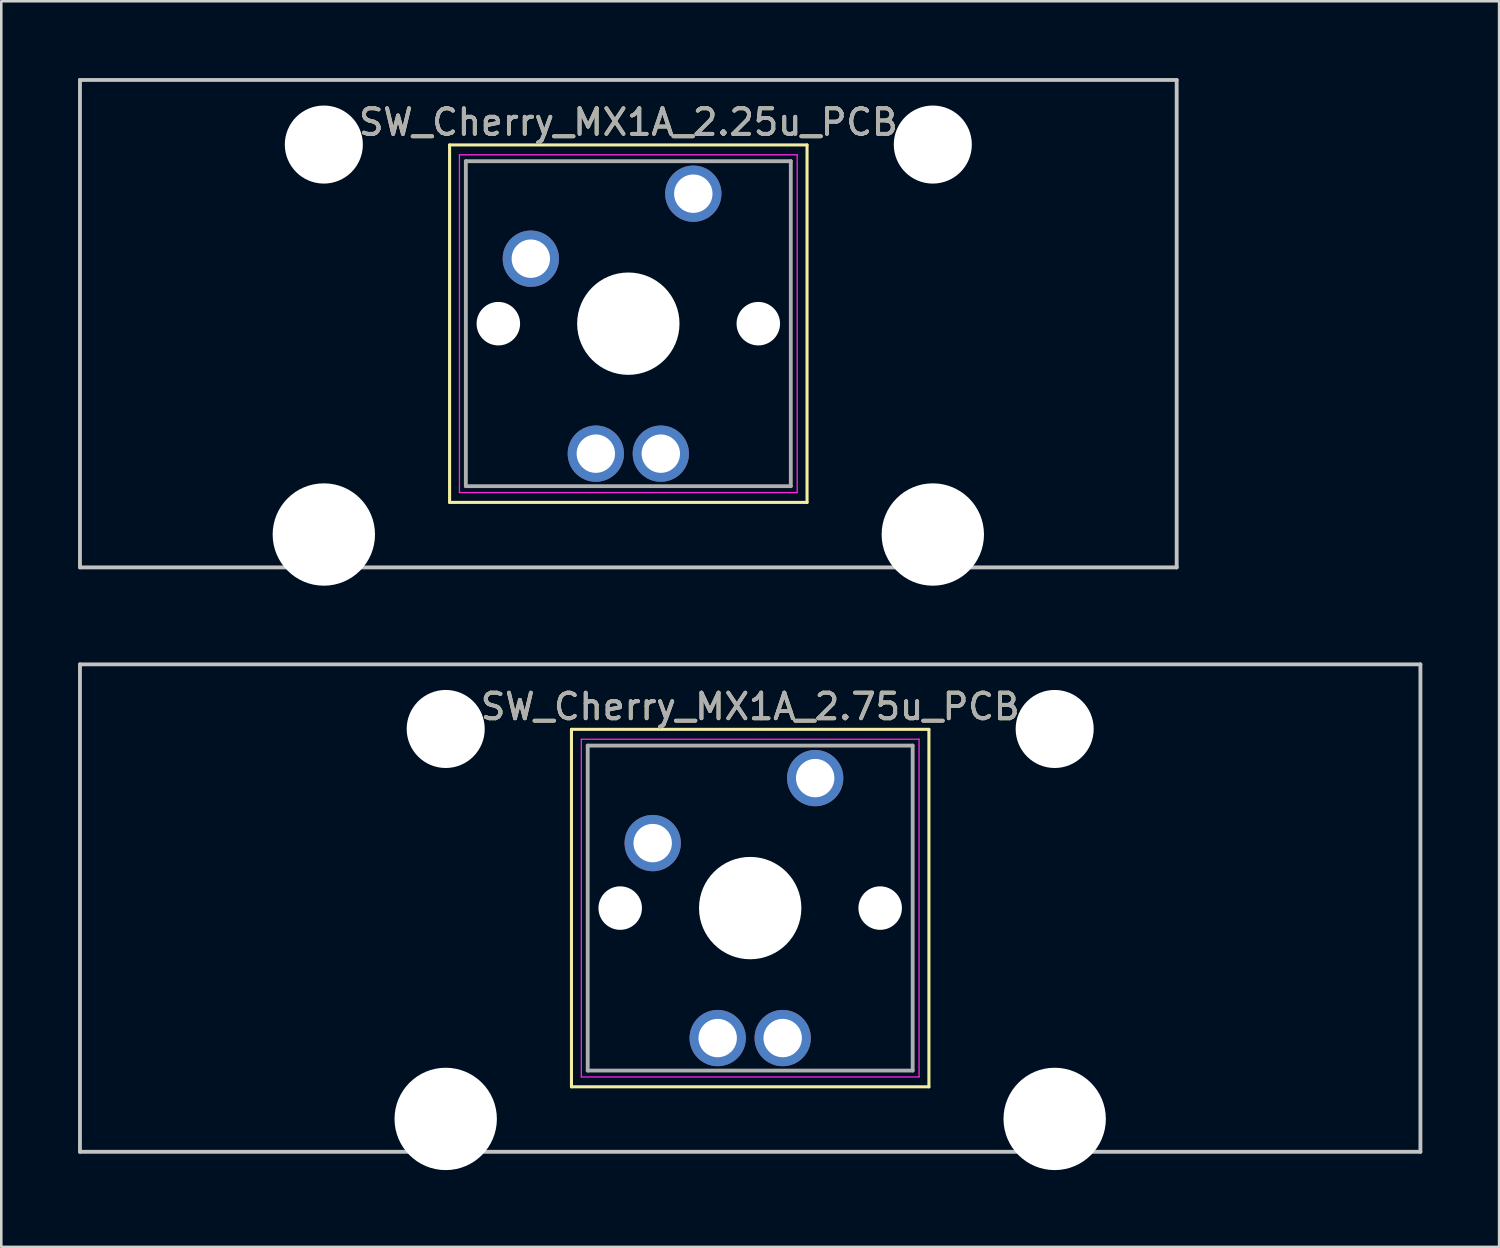
<source format=kicad_pcb>
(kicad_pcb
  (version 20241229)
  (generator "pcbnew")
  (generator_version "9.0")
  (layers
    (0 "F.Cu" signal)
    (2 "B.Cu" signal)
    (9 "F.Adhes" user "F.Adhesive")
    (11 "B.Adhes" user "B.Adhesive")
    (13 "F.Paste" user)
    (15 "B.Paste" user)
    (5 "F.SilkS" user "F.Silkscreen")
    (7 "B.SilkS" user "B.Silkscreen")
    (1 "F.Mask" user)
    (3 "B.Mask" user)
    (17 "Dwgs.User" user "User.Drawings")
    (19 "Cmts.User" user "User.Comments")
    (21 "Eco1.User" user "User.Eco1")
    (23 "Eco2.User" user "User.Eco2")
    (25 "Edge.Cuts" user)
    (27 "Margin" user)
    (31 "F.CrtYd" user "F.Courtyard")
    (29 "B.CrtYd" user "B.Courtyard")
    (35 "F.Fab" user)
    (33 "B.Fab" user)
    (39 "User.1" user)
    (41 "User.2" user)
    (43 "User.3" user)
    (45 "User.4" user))
  (footprint "SW_Cherry_MX1A_2.75u_PCB"
    (layer "F.Cu")
    (at 26.269 32.44)
    (property "Reference" "SW_Cherry_MX1A_2.75u_PCB" (at 0 -7.874 0) (layer "F.SilkS") (effects (font (size 1 1) (thickness 0.15))))
    (attr through_hole)
    (fp_line (start -6.985 -6.985) (end 6.985 -6.985) (stroke (width 0.12) (type solid)) (layer "F.SilkS"))
    (fp_line (start -6.985 6.985) (end -6.985 -6.985) (stroke (width 0.12) (type solid)) (layer "F.SilkS"))
    (fp_line (start 6.985 -6.985) (end 6.985 6.985) (stroke (width 0.12) (type solid)) (layer "F.SilkS"))
    (fp_line (start 6.985 6.985) (end -6.985 6.985) (stroke (width 0.12) (type solid)) (layer "F.SilkS"))
    (fp_line (start -26.194 -9.525) (end 26.194 -9.525) (stroke (width 0.15) (type solid)) (layer "Dwgs.User"))
    (fp_line (start -26.194 9.525) (end -26.194 -9.525) (stroke (width 0.15) (type solid)) (layer "Dwgs.User"))
    (fp_line (start 26.194 -9.525) (end 26.194 9.525) (stroke (width 0.15) (type solid)) (layer "Dwgs.User"))
    (fp_line (start 26.194 9.525) (end -26.194 9.525) (stroke (width 0.15) (type solid)) (layer "Dwgs.User"))
    (fp_line (start -6.6 -6.6) (end 6.6 -6.6) (stroke (width 0.05) (type solid)) (layer "F.CrtYd"))
    (fp_line (start -6.6 6.6) (end -6.6 -6.6) (stroke (width 0.05) (type solid)) (layer "F.CrtYd"))
    (fp_line (start 6.6 -6.6) (end 6.6 6.6) (stroke (width 0.05) (type solid)) (layer "F.CrtYd"))
    (fp_line (start 6.6 6.6) (end -6.6 6.6) (stroke (width 0.05) (type solid)) (layer "F.CrtYd"))
    (fp_line (start -6.35 -6.35) (end 6.35 -6.35) (stroke (width 0.15) (type solid)) (layer "F.Fab"))
    (fp_line (start -6.35 6.35) (end -6.35 -6.35) (stroke (width 0.15) (type solid)) (layer "F.Fab"))
    (fp_line (start 6.35 -6.35) (end 6.35 6.35) (stroke (width 0.15) (type solid)) (layer "F.Fab"))
    (fp_line (start 6.35 6.35) (end -6.35 6.35) (stroke (width 0.15) (type solid)) (layer "F.Fab"))
    (fp_text user "${REFERENCE}" (at 0 -7.874 0) (layer "F.Fab") (effects (font (size 1 1) (thickness 0.15))))
    (pad "" np_thru_hole circle (at -11.9 -7) (size 3.05 3.05) (drill 3.05) (layers "*.Cu" "*.Mask"))
    (pad "" np_thru_hole circle (at -11.9 8.24) (size 4 4) (drill 4) (layers "*.Cu" "*.Mask"))
    (pad "" np_thru_hole circle (at -5.08 0) (size 1.7 1.7) (drill 1.7) (layers "*.Cu" "*.Mask"))
    (pad "" np_thru_hole circle (at 0 0) (size 4 4) (drill 4) (layers "*.Cu" "*.Mask"))
    (pad "" np_thru_hole circle (at 5.08 0) (size 1.7 1.7) (drill 1.7) (layers "*.Cu" "*.Mask"))
    (pad "" np_thru_hole circle (at 11.9 -7) (size 3.05 3.05) (drill 3.05) (layers "*.Cu" "*.Mask"))
    (pad "" np_thru_hole circle (at 11.9 8.24) (size 4 4) (drill 4) (layers "*.Cu" "*.Mask"))
    (pad "1" thru_hole circle (at 2.54 -5.08) (size 2.2 2.2) (drill 1.5) (layers "*.Cu" "*.Mask"))
    (pad "2" thru_hole circle (at -3.81 -2.54) (size 2.2 2.2) (drill 1.5) (layers "*.Cu" "*.Mask"))
    (pad "3" thru_hole circle (at -1.27 5.08) (size 2.2 2.2) (drill 1.5) (layers "*.Cu" "*.Mask"))
    (pad "4" thru_hole circle (at 1.27 5.08) (size 2.2 2.2) (drill 1.5) (layers "*.Cu" "*.Mask")))
  (footprint "SW_Cherry_MX1A_2.25u_PCB"
    (layer "F.Cu")
    (at 21.506 9.6)
    (property "Reference" "SW_Cherry_MX1A_2.25u_PCB" (at 0 -7.874 0) (layer "F.SilkS") (effects (font (size 1 1) (thickness 0.15))))
    (attr through_hole)
    (fp_line (start -6.985 -6.985) (end 6.985 -6.985) (stroke (width 0.12) (type solid)) (layer "F.SilkS"))
    (fp_line (start -6.985 6.985) (end -6.985 -6.985) (stroke (width 0.12) (type solid)) (layer "F.SilkS"))
    (fp_line (start 6.985 -6.985) (end 6.985 6.985) (stroke (width 0.12) (type solid)) (layer "F.SilkS"))
    (fp_line (start 6.985 6.985) (end -6.985 6.985) (stroke (width 0.12) (type solid)) (layer "F.SilkS"))
    (fp_line (start -21.431 -9.525) (end 21.431 -9.525) (stroke (width 0.15) (type solid)) (layer "Dwgs.User"))
    (fp_line (start -21.431 9.525) (end -21.431 -9.525) (stroke (width 0.15) (type solid)) (layer "Dwgs.User"))
    (fp_line (start 21.431 -9.525) (end 21.431 9.525) (stroke (width 0.15) (type solid)) (layer "Dwgs.User"))
    (fp_line (start 21.431 9.525) (end -21.431 9.525) (stroke (width 0.15) (type solid)) (layer "Dwgs.User"))
    (fp_line (start -6.6 -6.6) (end 6.6 -6.6) (stroke (width 0.05) (type solid)) (layer "F.CrtYd"))
    (fp_line (start -6.6 6.6) (end -6.6 -6.6) (stroke (width 0.05) (type solid)) (layer "F.CrtYd"))
    (fp_line (start 6.6 -6.6) (end 6.6 6.6) (stroke (width 0.05) (type solid)) (layer "F.CrtYd"))
    (fp_line (start 6.6 6.6) (end -6.6 6.6) (stroke (width 0.05) (type solid)) (layer "F.CrtYd"))
    (fp_line (start -6.35 -6.35) (end 6.35 -6.35) (stroke (width 0.15) (type solid)) (layer "F.Fab"))
    (fp_line (start -6.35 6.35) (end -6.35 -6.35) (stroke (width 0.15) (type solid)) (layer "F.Fab"))
    (fp_line (start 6.35 -6.35) (end 6.35 6.35) (stroke (width 0.15) (type solid)) (layer "F.Fab"))
    (fp_line (start 6.35 6.35) (end -6.35 6.35) (stroke (width 0.15) (type solid)) (layer "F.Fab"))
    (fp_text user "${REFERENCE}" (at 0 -7.874 0) (layer "F.Fab") (effects (font (size 1 1) (thickness 0.15))))
    (pad "" np_thru_hole circle (at -11.9 -7) (size 3.05 3.05) (drill 3.05) (layers "*.Cu" "*.Mask"))
    (pad "" np_thru_hole circle (at -11.9 8.24) (size 4 4) (drill 4) (layers "*.Cu" "*.Mask"))
    (pad "" np_thru_hole circle (at -5.08 0) (size 1.7 1.7) (drill 1.7) (layers "*.Cu" "*.Mask"))
    (pad "" np_thru_hole circle (at 0 0) (size 4 4) (drill 4) (layers "*.Cu" "*.Mask"))
    (pad "" np_thru_hole circle (at 5.08 0) (size 1.7 1.7) (drill 1.7) (layers "*.Cu" "*.Mask"))
    (pad "" np_thru_hole circle (at 11.9 -7) (size 3.05 3.05) (drill 3.05) (layers "*.Cu" "*.Mask"))
    (pad "" np_thru_hole circle (at 11.9 8.24) (size 4 4) (drill 4) (layers "*.Cu" "*.Mask"))
    (pad "1" thru_hole circle (at 2.54 -5.08) (size 2.2 2.2) (drill 1.5) (layers "*.Cu" "*.Mask"))
    (pad "2" thru_hole circle (at -3.81 -2.54) (size 2.2 2.2) (drill 1.5) (layers "*.Cu" "*.Mask"))
    (pad "3" thru_hole circle (at -1.27 5.08) (size 2.2 2.2) (drill 1.5) (layers "*.Cu" "*.Mask"))
    (pad "4" thru_hole circle (at 1.27 5.08) (size 2.2 2.2) (drill 1.5) (layers "*.Cu" "*.Mask")))
  (gr_rect
    (start -3 -3)
    (end 55.538 45.68)
    (stroke (width 0.1) (type default))
    (fill no)
    (layer "Edge.Cuts")))
</source>
